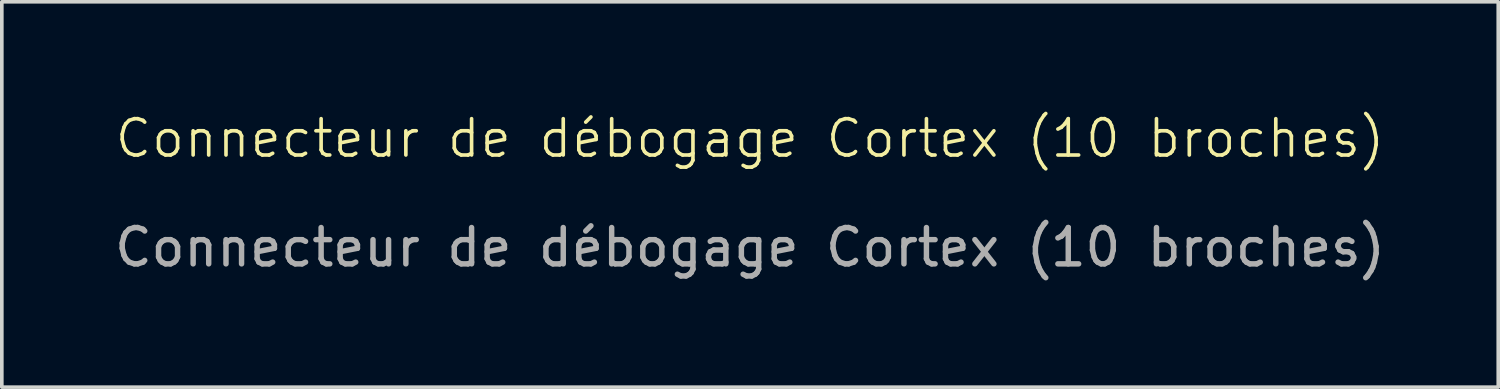
<source format=kicad_pcb>
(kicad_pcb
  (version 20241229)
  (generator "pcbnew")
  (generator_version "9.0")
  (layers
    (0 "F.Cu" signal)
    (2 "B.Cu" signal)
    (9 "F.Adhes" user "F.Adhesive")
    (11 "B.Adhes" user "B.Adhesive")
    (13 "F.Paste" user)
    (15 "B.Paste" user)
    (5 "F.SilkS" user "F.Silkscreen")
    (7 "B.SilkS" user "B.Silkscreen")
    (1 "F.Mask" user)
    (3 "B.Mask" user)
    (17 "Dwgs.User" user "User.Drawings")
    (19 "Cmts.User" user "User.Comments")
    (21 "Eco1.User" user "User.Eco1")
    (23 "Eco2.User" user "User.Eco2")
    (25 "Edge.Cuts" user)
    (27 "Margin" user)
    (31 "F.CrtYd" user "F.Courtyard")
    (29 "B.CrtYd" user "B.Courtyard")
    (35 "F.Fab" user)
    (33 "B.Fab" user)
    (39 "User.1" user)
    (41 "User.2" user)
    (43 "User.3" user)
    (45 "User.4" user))
  (footprint "Connecteur de débogage Cortex (10 broches)"
    (layer "F.Cu")
    (at 17.601 1.26)
    (property "Reference" "Connecteur de débogage Cortex (10 broches)" (at 0 -0.5 0) (unlocked yes) (layer "F.SilkS") (effects (font (size 1 1) (thickness 0.1))))
    (attr smd)
    (fp_text user "${REFERENCE}" (at 0 2.5 0) (unlocked yes) (layer "F.Fab") (effects (font (size 1 1) (thickness 0.15)))))
  (gr_rect
    (start -3 -3)
    (end 38.202 7.609)
    (stroke (width 0.1) (type default))
    (fill no)
    (layer "Edge.Cuts")))
</source>
